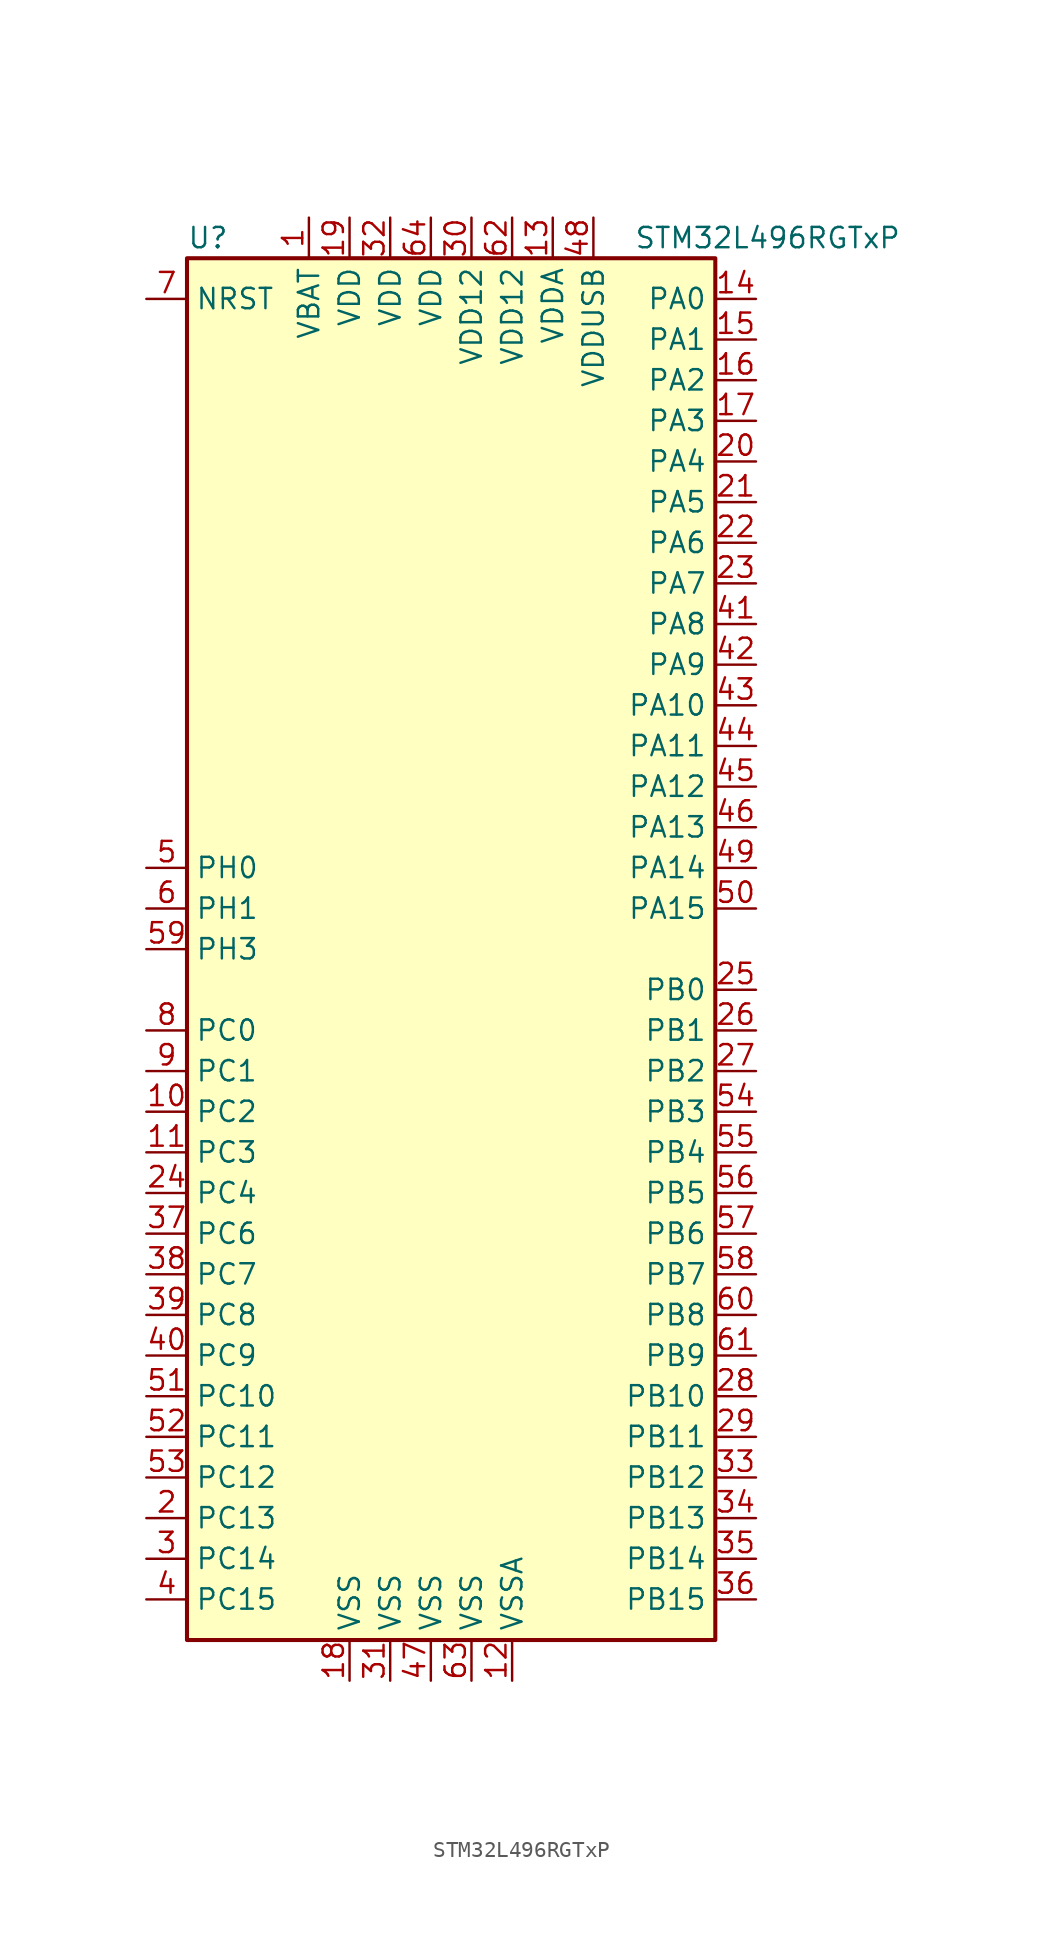
<source format=kicad_sym>
(kicad_symbol_lib
  (version 20201005)
  (generator kicad_symbol_editor)
  (symbol "STM32L496RGTxP"
    (property "Reference" "U"
      (at -17.78 44.45 0)
      (effects (font (size 1.27 1.27)) (justify left)))
    (property "Value" "STM32L496RGTxP"
      (at 10.16 44.45 0)
      (effects (font (size 1.27 1.27)) (justify left)))
    (symbol "STM32L496RGTxP_0_1"
      (rectangle (start -17.78 -43.18) (end 15.24 43.18) (stroke (width 0.254)) (fill (type background))))
    (symbol "STM32L496RGTxP_1_1"
      (pin power_in line (at -10.16 45.72 270) (length 2.54) (name "VBAT" (effects (font (size 1.27 1.27)))) (number "1" (effects (font (size 1.27 1.27)))))
      (pin bidirectional line (at -20.32 -10.16 0) (length 2.54) (name "PC2" (effects (font (size 1.27 1.27)))) (number "10" (effects (font (size 1.27 1.27)))))
      (pin bidirectional line (at -20.32 -12.7 0) (length 2.54) (name "PC3" (effects (font (size 1.27 1.27)))) (number "11" (effects (font (size 1.27 1.27)))))
      (pin power_in line (at 2.54 -45.72 90) (length 2.54) (name "VSSA" (effects (font (size 1.27 1.27)))) (number "12" (effects (font (size 1.27 1.27)))))
      (pin power_in line (at 5.08 45.72 270) (length 2.54) (name "VDDA" (effects (font (size 1.27 1.27)))) (number "13" (effects (font (size 1.27 1.27)))))
      (pin bidirectional line (at 17.78 40.64 180) (length 2.54) (name "PA0" (effects (font (size 1.27 1.27)))) (number "14" (effects (font (size 1.27 1.27)))))
      (pin bidirectional line (at 17.78 38.1 180) (length 2.54) (name "PA1" (effects (font (size 1.27 1.27)))) (number "15" (effects (font (size 1.27 1.27)))))
      (pin bidirectional line (at 17.78 35.56 180) (length 2.54) (name "PA2" (effects (font (size 1.27 1.27)))) (number "16" (effects (font (size 1.27 1.27)))))
      (pin bidirectional line (at 17.78 33.02 180) (length 2.54) (name "PA3" (effects (font (size 1.27 1.27)))) (number "17" (effects (font (size 1.27 1.27)))))
      (pin power_in line (at -7.62 -45.72 90) (length 2.54) (name "VSS" (effects (font (size 1.27 1.27)))) (number "18" (effects (font (size 1.27 1.27)))))
      (pin power_in line (at -7.62 45.72 270) (length 2.54) (name "VDD" (effects (font (size 1.27 1.27)))) (number "19" (effects (font (size 1.27 1.27)))))
      (pin bidirectional line (at -20.32 -35.56 0) (length 2.54) (name "PC13" (effects (font (size 1.27 1.27)))) (number "2" (effects (font (size 1.27 1.27)))))
      (pin bidirectional line (at 17.78 30.48 180) (length 2.54) (name "PA4" (effects (font (size 1.27 1.27)))) (number "20" (effects (font (size 1.27 1.27)))))
      (pin bidirectional line (at 17.78 27.94 180) (length 2.54) (name "PA5" (effects (font (size 1.27 1.27)))) (number "21" (effects (font (size 1.27 1.27)))))
      (pin bidirectional line (at 17.78 25.4 180) (length 2.54) (name "PA6" (effects (font (size 1.27 1.27)))) (number "22" (effects (font (size 1.27 1.27)))))
      (pin bidirectional line (at 17.78 22.86 180) (length 2.54) (name "PA7" (effects (font (size 1.27 1.27)))) (number "23" (effects (font (size 1.27 1.27)))))
      (pin bidirectional line (at -20.32 -15.24 0) (length 2.54) (name "PC4" (effects (font (size 1.27 1.27)))) (number "24" (effects (font (size 1.27 1.27)))))
      (pin bidirectional line (at 17.78 -2.54 180) (length 2.54) (name "PB0" (effects (font (size 1.27 1.27)))) (number "25" (effects (font (size 1.27 1.27)))))
      (pin bidirectional line (at 17.78 -5.08 180) (length 2.54) (name "PB1" (effects (font (size 1.27 1.27)))) (number "26" (effects (font (size 1.27 1.27)))))
      (pin bidirectional line (at 17.78 -7.62 180) (length 2.54) (name "PB2" (effects (font (size 1.27 1.27)))) (number "27" (effects (font (size 1.27 1.27)))))
      (pin bidirectional line (at 17.78 -27.94 180) (length 2.54) (name "PB10" (effects (font (size 1.27 1.27)))) (number "28" (effects (font (size 1.27 1.27)))))
      (pin bidirectional line (at 17.78 -30.48 180) (length 2.54) (name "PB11" (effects (font (size 1.27 1.27)))) (number "29" (effects (font (size 1.27 1.27)))))
      (pin bidirectional line (at -20.32 -38.1 0) (length 2.54) (name "PC14" (effects (font (size 1.27 1.27)))) (number "3" (effects (font (size 1.27 1.27)))))
      (pin power_in line (at 0 45.72 270) (length 2.54) (name "VDD12" (effects (font (size 1.27 1.27)))) (number "30" (effects (font (size 1.27 1.27)))))
      (pin power_in line (at -5.08 -45.72 90) (length 2.54) (name "VSS" (effects (font (size 1.27 1.27)))) (number "31" (effects (font (size 1.27 1.27)))))
      (pin power_in line (at -5.08 45.72 270) (length 2.54) (name "VDD" (effects (font (size 1.27 1.27)))) (number "32" (effects (font (size 1.27 1.27)))))
      (pin bidirectional line (at 17.78 -33.02 180) (length 2.54) (name "PB12" (effects (font (size 1.27 1.27)))) (number "33" (effects (font (size 1.27 1.27)))))
      (pin bidirectional line (at 17.78 -35.56 180) (length 2.54) (name "PB13" (effects (font (size 1.27 1.27)))) (number "34" (effects (font (size 1.27 1.27)))))
      (pin bidirectional line (at 17.78 -38.1 180) (length 2.54) (name "PB14" (effects (font (size 1.27 1.27)))) (number "35" (effects (font (size 1.27 1.27)))))
      (pin bidirectional line (at 17.78 -40.64 180) (length 2.54) (name "PB15" (effects (font (size 1.27 1.27)))) (number "36" (effects (font (size 1.27 1.27)))))
      (pin bidirectional line (at -20.32 -17.78 0) (length 2.54) (name "PC6" (effects (font (size 1.27 1.27)))) (number "37" (effects (font (size 1.27 1.27)))))
      (pin bidirectional line (at -20.32 -20.32 0) (length 2.54) (name "PC7" (effects (font (size 1.27 1.27)))) (number "38" (effects (font (size 1.27 1.27)))))
      (pin bidirectional line (at -20.32 -22.86 0) (length 2.54) (name "PC8" (effects (font (size 1.27 1.27)))) (number "39" (effects (font (size 1.27 1.27)))))
      (pin bidirectional line (at -20.32 -40.64 0) (length 2.54) (name "PC15" (effects (font (size 1.27 1.27)))) (number "4" (effects (font (size 1.27 1.27)))))
      (pin bidirectional line (at -20.32 -25.4 0) (length 2.54) (name "PC9" (effects (font (size 1.27 1.27)))) (number "40" (effects (font (size 1.27 1.27)))))
      (pin bidirectional line (at 17.78 20.32 180) (length 2.54) (name "PA8" (effects (font (size 1.27 1.27)))) (number "41" (effects (font (size 1.27 1.27)))))
      (pin bidirectional line (at 17.78 17.78 180) (length 2.54) (name "PA9" (effects (font (size 1.27 1.27)))) (number "42" (effects (font (size 1.27 1.27)))))
      (pin bidirectional line (at 17.78 15.24 180) (length 2.54) (name "PA10" (effects (font (size 1.27 1.27)))) (number "43" (effects (font (size 1.27 1.27)))))
      (pin bidirectional line (at 17.78 12.7 180) (length 2.54) (name "PA11" (effects (font (size 1.27 1.27)))) (number "44" (effects (font (size 1.27 1.27)))))
      (pin bidirectional line (at 17.78 10.16 180) (length 2.54) (name "PA12" (effects (font (size 1.27 1.27)))) (number "45" (effects (font (size 1.27 1.27)))))
      (pin bidirectional line (at 17.78 7.62 180) (length 2.54) (name "PA13" (effects (font (size 1.27 1.27)))) (number "46" (effects (font (size 1.27 1.27)))))
      (pin power_in line (at -2.54 -45.72 90) (length 2.54) (name "VSS" (effects (font (size 1.27 1.27)))) (number "47" (effects (font (size 1.27 1.27)))))
      (pin power_in line (at 7.62 45.72 270) (length 2.54) (name "VDDUSB" (effects (font (size 1.27 1.27)))) (number "48" (effects (font (size 1.27 1.27)))))
      (pin bidirectional line (at 17.78 5.08 180) (length 2.54) (name "PA14" (effects (font (size 1.27 1.27)))) (number "49" (effects (font (size 1.27 1.27)))))
      (pin input line (at -20.32 5.08 0) (length 2.54) (name "PH0" (effects (font (size 1.27 1.27)))) (number "5" (effects (font (size 1.27 1.27)))))
      (pin bidirectional line (at 17.78 2.54 180) (length 2.54) (name "PA15" (effects (font (size 1.27 1.27)))) (number "50" (effects (font (size 1.27 1.27)))))
      (pin bidirectional line (at -20.32 -27.94 0) (length 2.54) (name "PC10" (effects (font (size 1.27 1.27)))) (number "51" (effects (font (size 1.27 1.27)))))
      (pin bidirectional line (at -20.32 -30.48 0) (length 2.54) (name "PC11" (effects (font (size 1.27 1.27)))) (number "52" (effects (font (size 1.27 1.27)))))
      (pin bidirectional line (at -20.32 -33.02 0) (length 2.54) (name "PC12" (effects (font (size 1.27 1.27)))) (number "53" (effects (font (size 1.27 1.27)))))
      (pin bidirectional line (at 17.78 -10.16 180) (length 2.54) (name "PB3" (effects (font (size 1.27 1.27)))) (number "54" (effects (font (size 1.27 1.27)))))
      (pin bidirectional line (at 17.78 -12.7 180) (length 2.54) (name "PB4" (effects (font (size 1.27 1.27)))) (number "55" (effects (font (size 1.27 1.27)))))
      (pin bidirectional line (at 17.78 -15.24 180) (length 2.54) (name "PB5" (effects (font (size 1.27 1.27)))) (number "56" (effects (font (size 1.27 1.27)))))
      (pin bidirectional line (at 17.78 -17.78 180) (length 2.54) (name "PB6" (effects (font (size 1.27 1.27)))) (number "57" (effects (font (size 1.27 1.27)))))
      (pin bidirectional line (at 17.78 -20.32 180) (length 2.54) (name "PB7" (effects (font (size 1.27 1.27)))) (number "58" (effects (font (size 1.27 1.27)))))
      (pin bidirectional line (at -20.32 0 0) (length 2.54) (name "PH3" (effects (font (size 1.27 1.27)))) (number "59" (effects (font (size 1.27 1.27)))))
      (pin input line (at -20.32 2.54 0) (length 2.54) (name "PH1" (effects (font (size 1.27 1.27)))) (number "6" (effects (font (size 1.27 1.27)))))
      (pin bidirectional line (at 17.78 -22.86 180) (length 2.54) (name "PB8" (effects (font (size 1.27 1.27)))) (number "60" (effects (font (size 1.27 1.27)))))
      (pin bidirectional line (at 17.78 -25.4 180) (length 2.54) (name "PB9" (effects (font (size 1.27 1.27)))) (number "61" (effects (font (size 1.27 1.27)))))
      (pin power_in line (at 2.54 45.72 270) (length 2.54) (name "VDD12" (effects (font (size 1.27 1.27)))) (number "62" (effects (font (size 1.27 1.27)))))
      (pin power_in line (at 0 -45.72 90) (length 2.54) (name "VSS" (effects (font (size 1.27 1.27)))) (number "63" (effects (font (size 1.27 1.27)))))
      (pin power_in line (at -2.54 45.72 270) (length 2.54) (name "VDD" (effects (font (size 1.27 1.27)))) (number "64" (effects (font (size 1.27 1.27)))))
      (pin input line (at -20.32 40.64 0) (length 2.54) (name "NRST" (effects (font (size 1.27 1.27)))) (number "7" (effects (font (size 1.27 1.27)))))
      (pin bidirectional line (at -20.32 -5.08 0) (length 2.54) (name "PC0" (effects (font (size 1.27 1.27)))) (number "8" (effects (font (size 1.27 1.27)))))
      (pin bidirectional line (at -20.32 -7.62 0) (length 2.54) (name "PC1" (effects (font (size 1.27 1.27)))) (number "9" (effects (font (size 1.27 1.27))))))))
</source>
